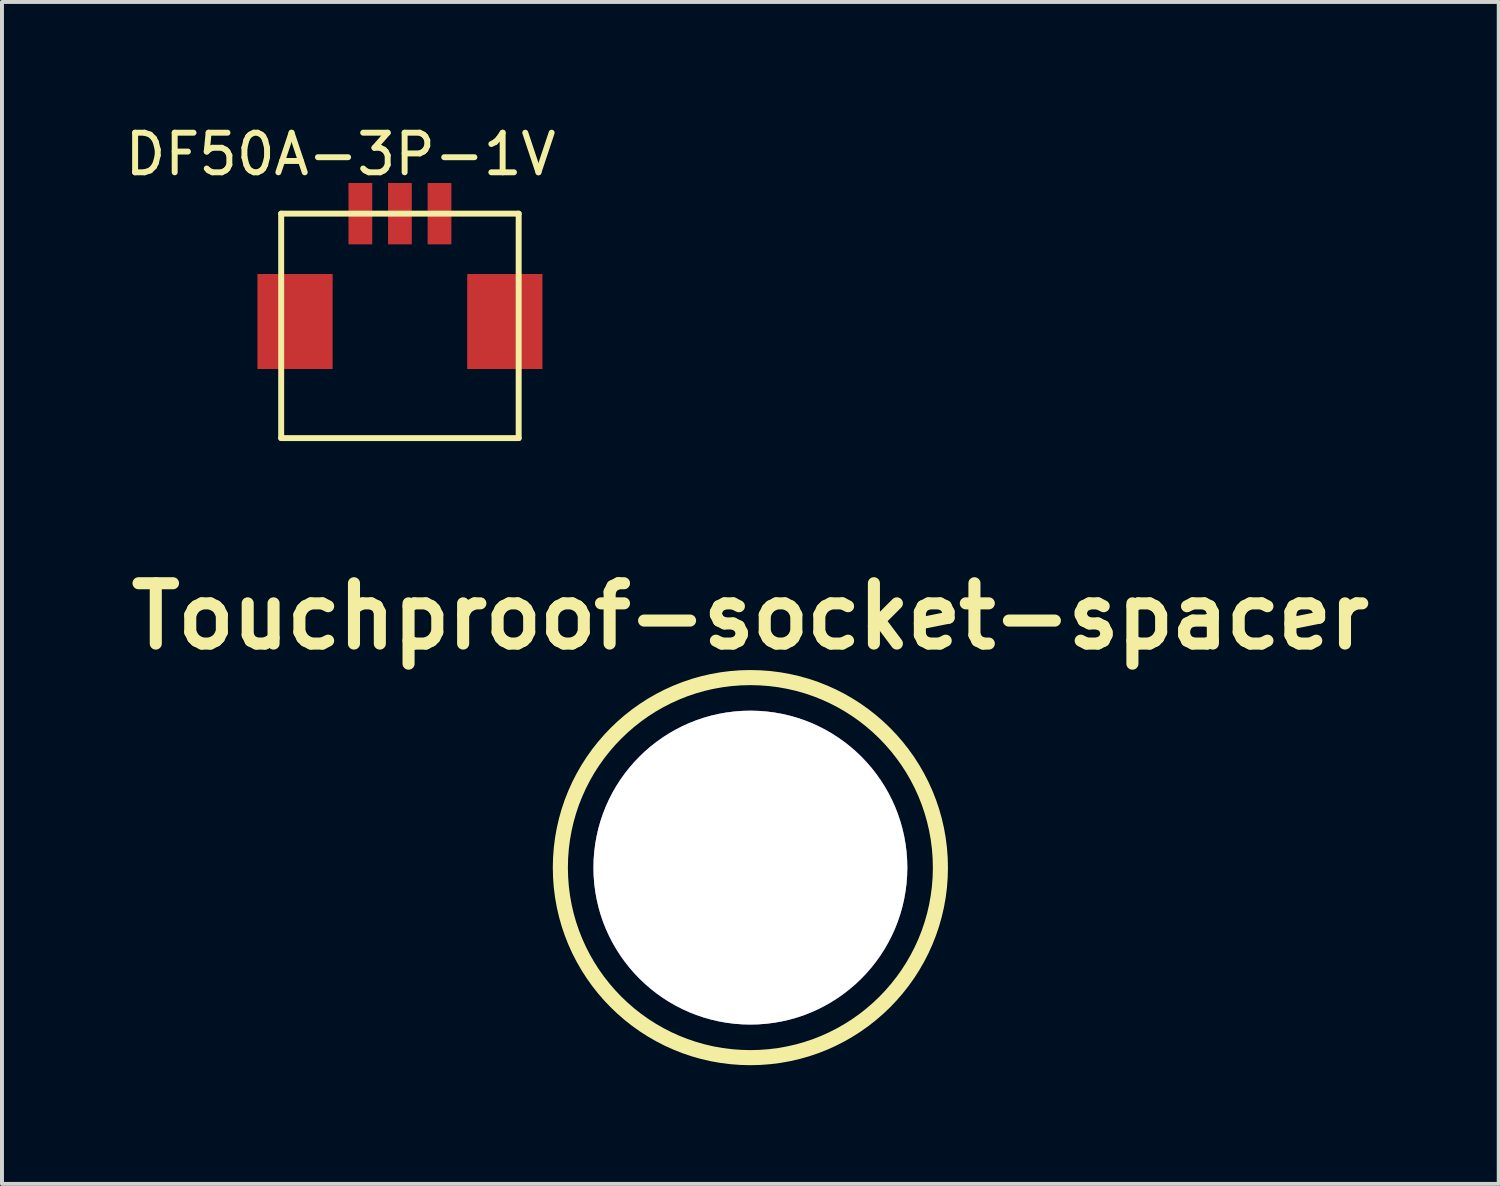
<source format=kicad_pcb>
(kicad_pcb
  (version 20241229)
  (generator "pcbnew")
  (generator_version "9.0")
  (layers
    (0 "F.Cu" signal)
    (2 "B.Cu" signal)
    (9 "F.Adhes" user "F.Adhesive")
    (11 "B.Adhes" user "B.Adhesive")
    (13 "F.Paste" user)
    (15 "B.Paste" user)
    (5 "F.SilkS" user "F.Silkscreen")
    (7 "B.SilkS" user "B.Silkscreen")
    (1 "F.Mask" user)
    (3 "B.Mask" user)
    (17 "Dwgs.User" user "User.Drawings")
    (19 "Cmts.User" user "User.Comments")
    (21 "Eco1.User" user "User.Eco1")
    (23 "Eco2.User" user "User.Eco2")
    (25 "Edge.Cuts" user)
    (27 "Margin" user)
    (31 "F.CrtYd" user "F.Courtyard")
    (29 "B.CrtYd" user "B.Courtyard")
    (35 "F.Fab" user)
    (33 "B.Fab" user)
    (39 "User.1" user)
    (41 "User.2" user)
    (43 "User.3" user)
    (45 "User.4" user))
  (footprint "DF50A-3P-1V"
    (layer "F.Cu")
    (at 7.054 2.348)
    (property "Reference" "DF50A-3P-1V" (at -1.5 -1.5 0) (layer "F.SilkS") (effects (font (size 1 1) (thickness 0.15))))
    (attr through_hole)
    (fp_line (start -3 0) (end 3 0) (stroke (width 0.15) (type solid)) (layer "F.SilkS"))
    (fp_line (start -3 5.67) (end -3 0) (stroke (width 0.15) (type solid)) (layer "F.SilkS"))
    (fp_line (start 3 0) (end 3 5.67) (stroke (width 0.15) (type solid)) (layer "F.SilkS"))
    (fp_line (start 3 5.67) (end -3 5.67) (stroke (width 0.15) (type solid)) (layer "F.SilkS"))
    (pad "" smd rect (at -2.65 2.725) (size 1.9 2.4) (layers "F.Cu" "F.Mask" "F.Paste"))
    (pad "" smd rect (at 2.65 2.725) (size 1.9 2.4) (layers "F.Cu" "F.Mask" "F.Paste"))
    (pad "1" smd rect (at 1 0) (size 0.6 1.55) (layers "F.Cu" "F.Mask" "F.Paste"))
    (pad "2" smd rect (at 0 0) (size 0.6 1.55) (layers "F.Cu" "F.Mask" "F.Paste"))
    (pad "3" smd rect (at -1 0) (size 0.6 1.55) (layers "F.Cu" "F.Mask" "F.Paste")))
  (footprint "Touchproof-socket-spacer"
    (layer "F.Cu")
    (at 15.908 18.87)
    (property "Reference" "Touchproof-socket-spacer" (at 0 -6.35 0) (layer "F.SilkS") (effects (font (size 1.524 1.524) (thickness 0.305))))
    (attr through_hole)
    (fp_circle (center 0 0) (end 4.801 0) (stroke (width 0.381) (type solid)) (fill no) (layer "F.SilkS"))
    (pad "" thru_hole circle (at 0 0) (size 7.93 7.93) (drill 7.93) (layers "*.Cu")))
  (gr_rect
    (start -3 -3)
    (end 34.815 26.861)
    (stroke (width 0.1) (type default))
    (fill no)
    (layer "Edge.Cuts")))
</source>
